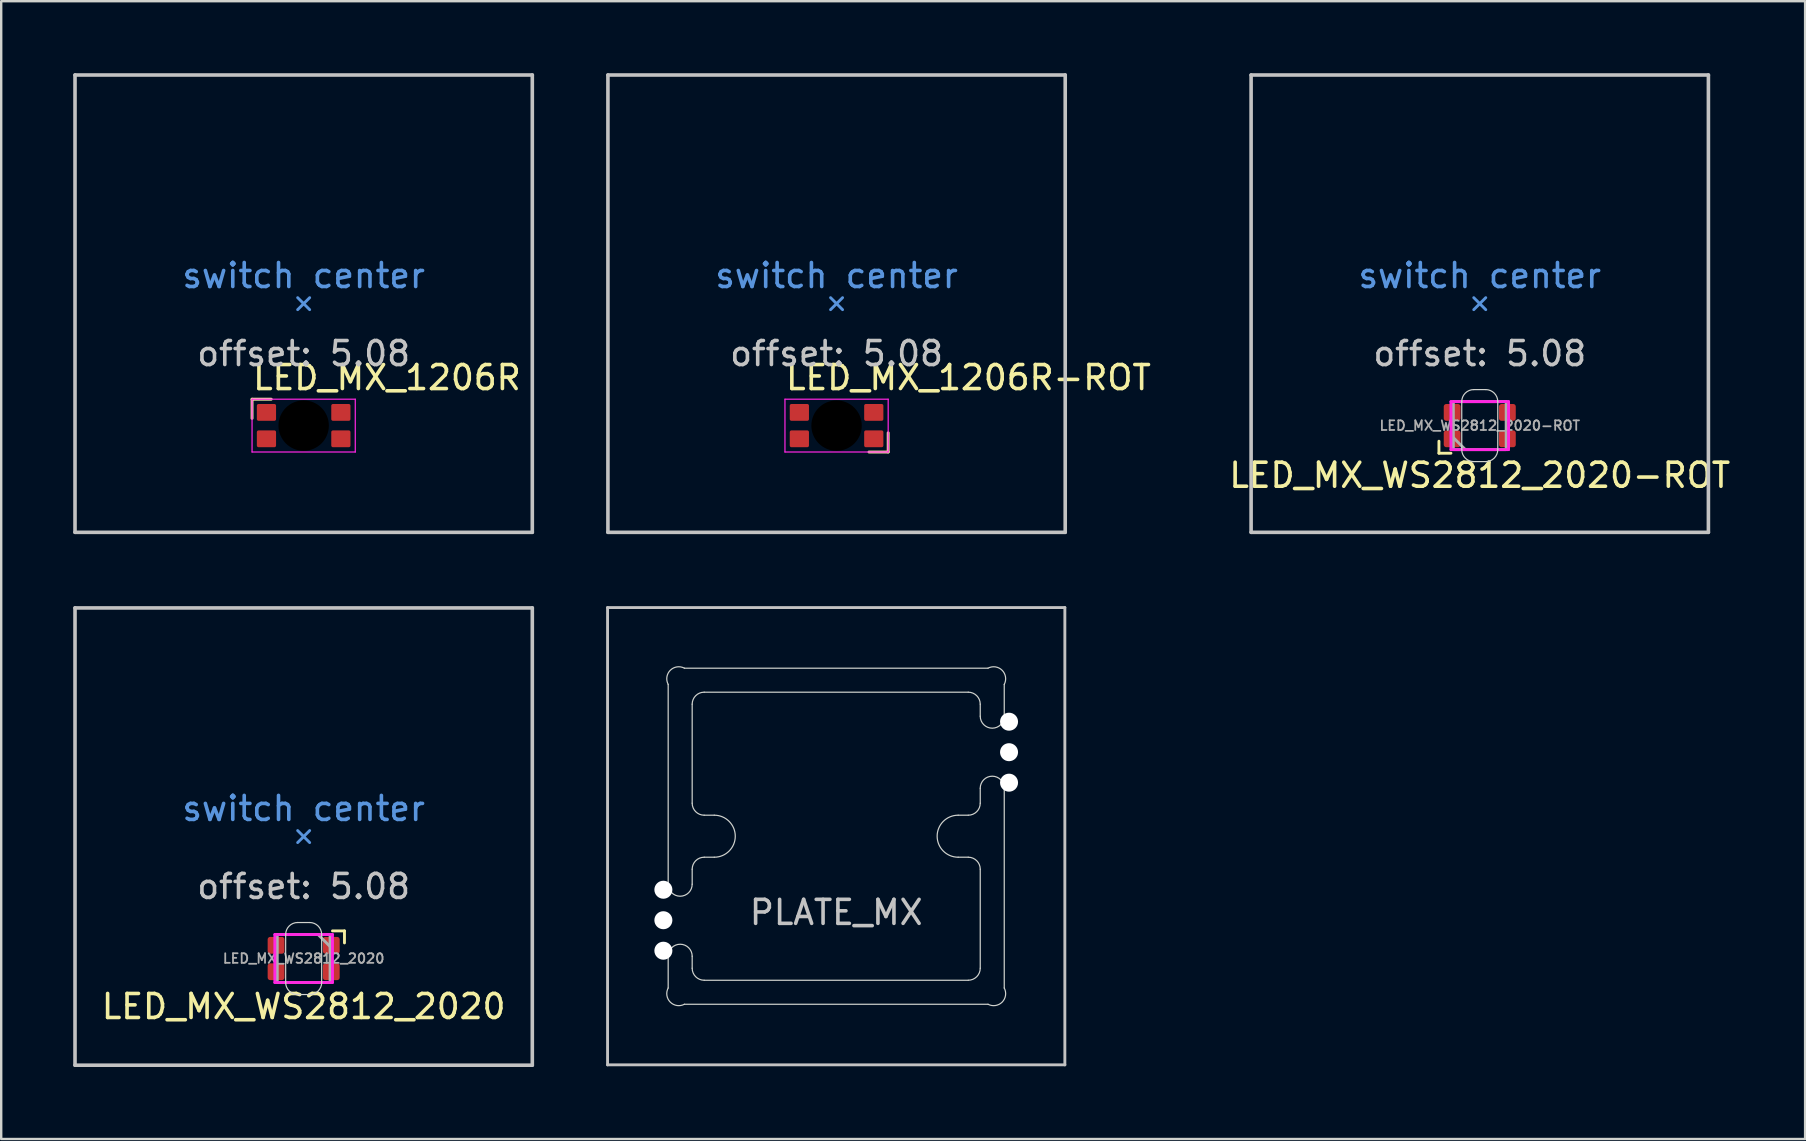
<source format=kicad_pcb>
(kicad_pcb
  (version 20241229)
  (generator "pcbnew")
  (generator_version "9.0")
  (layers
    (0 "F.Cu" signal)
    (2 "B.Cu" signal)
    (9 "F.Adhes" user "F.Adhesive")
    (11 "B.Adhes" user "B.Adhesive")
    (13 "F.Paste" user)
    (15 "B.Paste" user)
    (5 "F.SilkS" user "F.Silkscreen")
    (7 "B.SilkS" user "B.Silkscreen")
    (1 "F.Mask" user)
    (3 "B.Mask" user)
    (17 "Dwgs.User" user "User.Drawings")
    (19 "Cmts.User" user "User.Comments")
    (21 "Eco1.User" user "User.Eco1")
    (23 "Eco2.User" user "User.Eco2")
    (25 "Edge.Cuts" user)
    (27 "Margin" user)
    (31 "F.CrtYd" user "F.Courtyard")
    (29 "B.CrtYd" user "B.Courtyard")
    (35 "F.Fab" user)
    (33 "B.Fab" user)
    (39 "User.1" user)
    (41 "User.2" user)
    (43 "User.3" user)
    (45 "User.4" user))
  (footprint "PLATE_MX"
    (layer "F.Cu")
    (at 31.785 31.785)
    (property "Reference" "PLATE_MX" (at 0 3.175 0) (layer "Dwgs.User") (effects (font (size 1 1) (thickness 0.15))))
    (attr exclude_from_pos_files exclude_from_bom)
    (fp_line (start -9.525 -9.525) (end -9.525 9.525) (stroke (width 0.12) (type solid)) (layer "Dwgs.User"))
    (fp_line (start -9.525 9.525) (end 9.525 9.525) (stroke (width 0.12) (type solid)) (layer "Dwgs.User"))
    (fp_line (start 9.525 -9.525) (end -9.525 -9.525) (stroke (width 0.12) (type solid)) (layer "Dwgs.User"))
    (fp_line (start 9.525 9.525) (end 9.525 -9.525) (stroke (width 0.12) (type solid)) (layer "Dwgs.User"))
    (fp_line (start -7 6.324) (end -7 5) (stroke (width 0.05) (type solid)) (layer "Edge.Cuts"))
    (fp_line (start -7 2) (end -7 -6.324) (stroke (width 0.05) (type solid)) (layer "Edge.Cuts"))
    (fp_line (start -6.324 7) (end 6.324 7) (stroke (width 0.05) (type solid)) (layer "Edge.Cuts"))
    (fp_line (start -6 -5.5) (end -6 -1.375) (stroke (width 0.05) (type solid)) (layer "Edge.Cuts"))
    (fp_line (start -6 1.375) (end -6 2) (stroke (width 0.05) (type solid)) (layer "Edge.Cuts"))
    (fp_line (start -6 5) (end -6 5.5) (stroke (width 0.05) (type solid)) (layer "Edge.Cuts"))
    (fp_line (start -5.5 -6) (end 5.5 -6) (stroke (width 0.05) (type solid)) (layer "Edge.Cuts"))
    (fp_line (start -5.5 -0.875) (end -5.08 -0.875) (stroke (width 0.05) (type solid)) (layer "Edge.Cuts"))
    (fp_line (start -5.5 0.875) (end -5.08 0.875) (stroke (width 0.05) (type solid)) (layer "Edge.Cuts"))
    (fp_line (start 5.5 -0.875) (end 5.08 -0.875) (stroke (width 0.05) (type solid)) (layer "Edge.Cuts"))
    (fp_line (start 5.5 0.875) (end 5.08 0.875) (stroke (width 0.05) (type solid)) (layer "Edge.Cuts"))
    (fp_line (start 5.5 6) (end -5.5 6) (stroke (width 0.05) (type solid)) (layer "Edge.Cuts"))
    (fp_line (start 6 -5) (end 6 -5.5) (stroke (width 0.05) (type solid)) (layer "Edge.Cuts"))
    (fp_line (start 6 -2) (end 6 -1.375) (stroke (width 0.05) (type solid)) (layer "Edge.Cuts"))
    (fp_line (start 6 5.5) (end 6 1.375) (stroke (width 0.05) (type solid)) (layer "Edge.Cuts"))
    (fp_line (start 6.324 -7) (end -6.324 -7) (stroke (width 0.05) (type solid)) (layer "Edge.Cuts"))
    (fp_line (start 7 -5) (end 7 -6.324) (stroke (width 0.05) (type solid)) (layer "Edge.Cuts"))
    (fp_line (start 7 -2) (end 7 6.324) (stroke (width 0.05) (type solid)) (layer "Edge.Cuts"))
    (fp_arc (start -7.000133 -6.323896) (mid -6.912104 -6.912225) (end -6.323745 -7.000052) (stroke (width 0.05) (type solid)) (layer "Edge.Cuts"))
    (fp_arc (start -7 5) (mid -6.5 4.5) (end -6 5) (stroke (width 0.05) (type solid)) (layer "Edge.Cuts"))
    (fp_arc (start -6.323896 7.000133) (mid -6.912225 6.912104) (end -7.000052 6.323745) (stroke (width 0.05) (type solid)) (layer "Edge.Cuts"))
    (fp_arc (start -6 -5.5) (mid -5.853553 -5.853553) (end -5.5 -6) (stroke (width 0.05) (type solid)) (layer "Edge.Cuts"))
    (fp_arc (start -6 1.375) (mid -5.853553 1.021447) (end -5.5 0.875) (stroke (width 0.05) (type solid)) (layer "Edge.Cuts"))
    (fp_arc (start -6 2) (mid -6.5 2.5) (end -7 2) (stroke (width 0.05) (type solid)) (layer "Edge.Cuts"))
    (fp_arc (start -5.5 -0.875) (mid -5.853553 -1.021447) (end -6 -1.375) (stroke (width 0.05) (type solid)) (layer "Edge.Cuts"))
    (fp_arc (start -5.5 6) (mid -5.853553 5.853553) (end -6 5.5) (stroke (width 0.05) (type solid)) (layer "Edge.Cuts"))
    (fp_arc (start -5.08 -0.875) (mid -4.205 0) (end -5.08 0.875) (stroke (width 0.05) (type solid)) (layer "Edge.Cuts"))
    (fp_arc (start 5.08 0.875) (mid 4.205 0) (end 5.08 -0.875) (stroke (width 0.05) (type solid)) (layer "Edge.Cuts"))
    (fp_arc (start 5.5 -6) (mid 5.853553 -5.853553) (end 6 -5.5) (stroke (width 0.05) (type solid)) (layer "Edge.Cuts"))
    (fp_arc (start 5.5 0.875) (mid 5.853553 1.021447) (end 6 1.375) (stroke (width 0.05) (type solid)) (layer "Edge.Cuts"))
    (fp_arc (start 6 -2) (mid 6.5 -2.5) (end 7 -2) (stroke (width 0.05) (type solid)) (layer "Edge.Cuts"))
    (fp_arc (start 6 -1.375) (mid 5.853553 -1.021447) (end 5.5 -0.875) (stroke (width 0.05) (type solid)) (layer "Edge.Cuts"))
    (fp_arc (start 6 5.5) (mid 5.853553 5.853553) (end 5.5 6) (stroke (width 0.05) (type solid)) (layer "Edge.Cuts"))
    (fp_arc (start 6.323896 -7.000133) (mid 6.912225 -6.912104) (end 7.000052 -6.323745) (stroke (width 0.05) (type solid)) (layer "Edge.Cuts"))
    (fp_arc (start 7 -5) (mid 6.5 -4.5) (end 6 -5) (stroke (width 0.05) (type solid)) (layer "Edge.Cuts"))
    (fp_arc (start 7.000133 6.323896) (mid 6.912104 6.912225) (end 6.323745 7.000052) (stroke (width 0.05) (type solid)) (layer "Edge.Cuts"))
    (pad "" np_thru_hole circle (at -7.2 2.23) (size 0.75 0.75) (drill 0.75) (layers "*.Cu" "*.Mask"))
    (pad "" np_thru_hole circle (at -7.2 3.5) (size 0.75 0.75) (drill 0.75) (layers "*.Cu" "*.Mask"))
    (pad "" np_thru_hole circle (at -7.2 4.77) (size 0.75 0.75) (drill 0.75) (layers "*.Cu" "*.Mask"))
    (pad "" np_thru_hole circle (at 7.2 -4.77 180) (size 0.75 0.75) (drill 0.75) (layers "*.Cu" "*.Mask"))
    (pad "" np_thru_hole circle (at 7.2 -3.5 180) (size 0.75 0.75) (drill 0.75) (layers "*.Cu" "*.Mask"))
    (pad "" np_thru_hole circle (at 7.2 -2.23 180) (size 0.75 0.75) (drill 0.75) (layers "*.Cu" "*.Mask")))
  (footprint "LED_MX_WS2812_2020-ROT"
    (layer "F.Cu")
    (at 58.594 14.68)
    (property "Reference" "LED_MX_WS2812_2020-ROT" (at 0 2.07 0) (layer "F.SilkS") (effects (font (size 1 1) (thickness 0.15))))
    (attr smd exclude_from_pos_files exclude_from_bom)
    (fp_line (start -1.7 0.65) (end -1.7 1.15) (stroke (width 0.12) (type solid)) (layer "F.SilkS"))
    (fp_line (start -1.7 1.15) (end -1.2 1.15) (stroke (width 0.12) (type solid)) (layer "F.SilkS"))
    (fp_line (start -9.525 -14.605) (end 9.525 -14.605) (stroke (width 0.15) (type solid)) (layer "Dwgs.User"))
    (fp_line (start -9.525 4.445) (end -9.525 -14.605) (stroke (width 0.15) (type solid)) (layer "Dwgs.User"))
    (fp_line (start 9.525 -14.605) (end 9.525 4.445) (stroke (width 0.15) (type solid)) (layer "Dwgs.User"))
    (fp_line (start 9.525 4.445) (end -9.525 4.445) (stroke (width 0.15) (type solid)) (layer "Dwgs.User"))
    (fp_line (start -0.25 -4.83) (end 0 -5.08) (stroke (width 0.12) (type solid)) (layer "Cmts.User"))
    (fp_line (start 0 -5.08) (end -0.25 -5.33) (stroke (width 0.12) (type solid)) (layer "Cmts.User"))
    (fp_line (start 0 -5.08) (end 0.25 -5.33) (stroke (width 0.12) (type solid)) (layer "Cmts.User"))
    (fp_line (start 0.25 -4.83) (end 0 -5.08) (stroke (width 0.12) (type solid)) (layer "Cmts.User"))
    (fp_line (start -0.75 1) (end -0.75 -1) (stroke (width 0.05) (type solid)) (layer "Edge.Cuts"))
    (fp_line (start -0.25 1.5) (end 0.25 1.5) (stroke (width 0.05) (type solid)) (layer "Edge.Cuts"))
    (fp_line (start 0.25 -1.5) (end -0.25 -1.5) (stroke (width 0.05) (type solid)) (layer "Edge.Cuts"))
    (fp_line (start 0.75 -1) (end 0.75 1) (stroke (width 0.05) (type solid)) (layer "Edge.Cuts"))
    (fp_arc (start -0.75 -1) (mid -0.603554 -1.353553) (end -0.250001 -1.500001) (stroke (width 0.05) (type solid)) (layer "Edge.Cuts"))
    (fp_arc (start -0.250001 1.499999) (mid -0.603553 1.353552) (end -0.75 1) (stroke (width 0.05) (type solid)) (layer "Edge.Cuts"))
    (fp_arc (start 0.250001 -1.499999) (mid 0.603554 -1.353553) (end 0.75 -1) (stroke (width 0.05) (type solid)) (layer "Edge.Cuts"))
    (fp_arc (start 0.75 1) (mid 0.603554 1.353554) (end 0.250001 1.500001) (stroke (width 0.05) (type solid)) (layer "Edge.Cuts"))
    (fp_line (start -1.2 -1) (end -1.2 1) (stroke (width 0.12) (type solid)) (layer "F.CrtYd"))
    (fp_line (start -1.2 1) (end 1.2 1) (stroke (width 0.12) (type solid)) (layer "F.CrtYd"))
    (fp_line (start 1.2 -1) (end -1.2 -1) (stroke (width 0.12) (type solid)) (layer "F.CrtYd"))
    (fp_line (start 1.2 1) (end 1.2 -1) (stroke (width 0.12) (type solid)) (layer "F.CrtYd"))
    (fp_line (start -1.1 -1) (end -1.1 1) (stroke (width 0.12) (type solid)) (layer "F.Fab"))
    (fp_line (start -1.1 0.5) (end -0.6 1) (stroke (width 0.12) (type default)) (layer "F.Fab"))
    (fp_line (start -1.1 1) (end 1.1 1) (stroke (width 0.12) (type solid)) (layer "F.Fab"))
    (fp_line (start 1.1 -1) (end -1.1 -1) (stroke (width 0.12) (type solid)) (layer "F.Fab"))
    (fp_line (start 1.1 1) (end 1.1 -1) (stroke (width 0.12) (type solid)) (layer "F.Fab"))
    (fp_text user "offset: 5.08" (at 0 -3 0) (layer "Dwgs.User") (effects (font (size 1 1) (thickness 0.15))))
    (fp_text user "switch center" (at 0 -6.25 0) (layer "Cmts.User") (effects (font (size 1 1) (thickness 0.15))))
    (fp_text user "${REFERENCE}" (at 0 0 180) (layer "F.Fab") (effects (font (size 0.4 0.4) (thickness 0.075) (bold yes))))
    (pad "1" smd roundrect (at -1.15 0.55 180) (size 0.7 0.7) (layers "F.Cu" "F.Mask" "F.Paste") (roundrect_rratio 0.15))
    (pad "2" smd roundrect (at -1.15 -0.55 180) (size 0.7 0.7) (layers "F.Cu" "F.Mask" "F.Paste") (roundrect_rratio 0.15))
    (pad "3" smd roundrect (at 1.15 -0.55 180) (size 0.7 0.7) (layers "F.Cu" "F.Mask" "F.Paste") (roundrect_rratio 0.15))
    (pad "4" smd roundrect (at 1.15 0.55 180) (size 0.7 0.7) (layers "F.Cu" "F.Mask" "F.Paste") (roundrect_rratio 0.15)))
  (footprint "LED_MX_1206R-ROT"
    (layer "F.Cu")
    (at 31.8 14.68)
    (property "Reference" "LED_MX_1206R-ROT" (at -2.2 -2 0) (layer "F.SilkS") (effects (font (size 1 1) (thickness 0.15)) (justify left)))
    (attr smd)
    (fp_line (start 1.35 1.1) (end 2.15 1.1) (stroke (width 0.12) (type solid)) (layer "F.SilkS"))
    (fp_line (start 2.15 1.1) (end 2.15 0.3) (stroke (width 0.12) (type solid)) (layer "F.SilkS"))
    (fp_line (start -9.525 -14.605) (end -9.525 4.445) (stroke (width 0.15) (type solid)) (layer "Dwgs.User"))
    (fp_line (start -9.525 4.445) (end 9.525 4.445) (stroke (width 0.15) (type solid)) (layer "Dwgs.User"))
    (fp_line (start 9.525 -14.605) (end -9.525 -14.605) (stroke (width 0.15) (type solid)) (layer "Dwgs.User"))
    (fp_line (start 9.525 4.445) (end 9.525 -14.605) (stroke (width 0.15) (type solid)) (layer "Dwgs.User"))
    (fp_line (start -0.25 -4.83) (end 0 -5.08) (stroke (width 0.12) (type solid)) (layer "Cmts.User"))
    (fp_line (start 0 -5.08) (end -0.25 -5.33) (stroke (width 0.12) (type solid)) (layer "Cmts.User"))
    (fp_line (start 0 -5.08) (end 0.25 -5.33) (stroke (width 0.12) (type solid)) (layer "Cmts.User"))
    (fp_line (start 0.25 -4.83) (end 0 -5.08) (stroke (width 0.12) (type solid)) (layer "Cmts.User"))
    (fp_line (start -2.15 -1.1) (end 2.15 -1.1) (stroke (width 0.05) (type solid)) (layer "F.CrtYd"))
    (fp_line (start -2.15 1.1) (end -2.15 -1.1) (stroke (width 0.05) (type solid)) (layer "F.CrtYd"))
    (fp_line (start 2.15 -1.1) (end 2.15 1.1) (stroke (width 0.05) (type solid)) (layer "F.CrtYd"))
    (fp_line (start 2.15 1.1) (end -2.15 1.1) (stroke (width 0.05) (type solid)) (layer "F.CrtYd"))
    (fp_text user "offset: 5.08" (at 0 -3 0) (layer "Dwgs.User") (effects (font (size 1 1) (thickness 0.15))))
    (fp_text user "switch center" (at 0 -6.25 0) (layer "Cmts.User") (effects (font (size 1 1) (thickness 0.15))))
    (pad "" np_thru_hole circle (at 0 0 90) (size 2.1 2.1) (drill 2.1) (layers "*.Mask"))
    (pad "1" smd roundrect (at 1.55 0.55 90) (size 0.7 0.8) (layers "F.Cu" "F.Mask" "F.Paste") (roundrect_rratio 0.1))
    (pad "2" smd roundrect (at 1.55 -0.55 90) (size 0.7 0.8) (layers "F.Cu" "F.Mask" "F.Paste") (roundrect_rratio 0.1))
    (pad "3" smd roundrect (at -1.55 -0.55 90) (size 0.7 0.8) (layers "F.Cu" "F.Mask" "F.Paste") (roundrect_rratio 0.1))
    (pad "4" smd roundrect (at -1.55 0.55 90) (size 0.7 0.8) (layers "F.Cu" "F.Mask" "F.Paste") (roundrect_rratio 0.1)))
  (footprint "LED_MX_WS2812_2020"
    (layer "F.Cu")
    (at 9.6 36.88)
    (property "Reference" "LED_MX_WS2812_2020" (at 0 2 0) (layer "F.SilkS") (effects (font (size 1 1) (thickness 0.15))))
    (attr smd exclude_from_pos_files exclude_from_bom)
    (fp_line (start 1.7 -1.15) (end 1.2 -1.15) (stroke (width 0.12) (type solid)) (layer "F.SilkS"))
    (fp_line (start 1.7 -0.65) (end 1.7 -1.15) (stroke (width 0.12) (type solid)) (layer "F.SilkS"))
    (fp_line (start -9.525 -14.605) (end 9.525 -14.605) (stroke (width 0.15) (type solid)) (layer "Dwgs.User"))
    (fp_line (start -9.525 4.445) (end -9.525 -14.605) (stroke (width 0.15) (type solid)) (layer "Dwgs.User"))
    (fp_line (start 9.525 -14.605) (end 9.525 4.445) (stroke (width 0.15) (type solid)) (layer "Dwgs.User"))
    (fp_line (start 9.525 4.445) (end -9.525 4.445) (stroke (width 0.15) (type solid)) (layer "Dwgs.User"))
    (fp_line (start -0.25 -4.83) (end 0 -5.08) (stroke (width 0.12) (type solid)) (layer "Cmts.User"))
    (fp_line (start 0 -5.08) (end -0.25 -5.33) (stroke (width 0.12) (type solid)) (layer "Cmts.User"))
    (fp_line (start 0 -5.08) (end 0.25 -5.33) (stroke (width 0.12) (type solid)) (layer "Cmts.User"))
    (fp_line (start 0.25 -4.83) (end 0 -5.08) (stroke (width 0.12) (type solid)) (layer "Cmts.User"))
    (fp_line (start -0.75 1) (end -0.75 -1) (stroke (width 0.05) (type solid)) (layer "Edge.Cuts"))
    (fp_line (start -0.25 1.5) (end 0.25 1.5) (stroke (width 0.05) (type solid)) (layer "Edge.Cuts"))
    (fp_line (start 0.25 -1.5) (end -0.25 -1.5) (stroke (width 0.05) (type solid)) (layer "Edge.Cuts"))
    (fp_line (start 0.75 -1) (end 0.75 1) (stroke (width 0.05) (type solid)) (layer "Edge.Cuts"))
    (fp_arc (start -0.75 -1) (mid -0.603554 -1.353553) (end -0.250001 -1.500001) (stroke (width 0.05) (type solid)) (layer "Edge.Cuts"))
    (fp_arc (start -0.250001 1.499999) (mid -0.603553 1.353552) (end -0.75 1) (stroke (width 0.05) (type solid)) (layer "Edge.Cuts"))
    (fp_arc (start 0.250001 -1.499999) (mid 0.603554 -1.353553) (end 0.75 -1) (stroke (width 0.05) (type solid)) (layer "Edge.Cuts"))
    (fp_arc (start 0.75 1) (mid 0.603554 1.353554) (end 0.250001 1.500001) (stroke (width 0.05) (type solid)) (layer "Edge.Cuts"))
    (fp_line (start -1.2 -1) (end -1.2 1) (stroke (width 0.12) (type solid)) (layer "F.CrtYd"))
    (fp_line (start -1.2 1) (end 1.2 1) (stroke (width 0.12) (type solid)) (layer "F.CrtYd"))
    (fp_line (start 1.2 -1) (end -1.2 -1) (stroke (width 0.12) (type solid)) (layer "F.CrtYd"))
    (fp_line (start 1.2 1) (end 1.2 -1) (stroke (width 0.12) (type solid)) (layer "F.CrtYd"))
    (fp_line (start -1.1 -1) (end -1.1 1) (stroke (width 0.12) (type solid)) (layer "F.Fab"))
    (fp_line (start -1.1 1) (end 1.1 1) (stroke (width 0.12) (type solid)) (layer "F.Fab"))
    (fp_line (start 1.1 -1) (end -1.1 -1) (stroke (width 0.12) (type solid)) (layer "F.Fab"))
    (fp_line (start 1.1 -0.5) (end 0.6 -1) (stroke (width 0.12) (type default)) (layer "F.Fab"))
    (fp_line (start 1.1 1) (end 1.1 -1) (stroke (width 0.12) (type solid)) (layer "F.Fab"))
    (fp_text user "offset: 5.08" (at 0 -3 0) (layer "Dwgs.User") (effects (font (size 1 1) (thickness 0.15))))
    (fp_text user "switch center" (at 0 -6.25 0) (layer "Cmts.User") (effects (font (size 1 1) (thickness 0.15))))
    (fp_text user "${REFERENCE}" (at 0 0 0) (layer "F.Fab") (effects (font (size 0.4 0.4) (thickness 0.075) (bold yes))))
    (pad "1" smd roundrect (at 1.15 -0.55) (size 0.7 0.7) (layers "F.Cu" "F.Mask" "F.Paste") (roundrect_rratio 0.15))
    (pad "2" smd roundrect (at 1.15 0.55) (size 0.7 0.7) (layers "F.Cu" "F.Mask" "F.Paste") (roundrect_rratio 0.15))
    (pad "3" smd roundrect (at -1.15 0.55) (size 0.7 0.7) (layers "F.Cu" "F.Mask" "F.Paste") (roundrect_rratio 0.15))
    (pad "4" smd roundrect (at -1.15 -0.55) (size 0.7 0.7) (layers "F.Cu" "F.Mask" "F.Paste") (roundrect_rratio 0.15)))
  (footprint "LED_MX_1206R"
    (layer "F.Cu")
    (at 9.6 14.68)
    (property "Reference" "LED_MX_1206R" (at -2.2 -2 0) (layer "F.SilkS") (effects (font (size 1 1) (thickness 0.15)) (justify left)))
    (attr smd)
    (fp_line (start -2.15 -1.1) (end -2.15 -0.3) (stroke (width 0.12) (type solid)) (layer "F.SilkS"))
    (fp_line (start -1.35 -1.1) (end -2.15 -1.1) (stroke (width 0.12) (type solid)) (layer "F.SilkS"))
    (fp_line (start -9.525 -14.605) (end -9.525 4.445) (stroke (width 0.15) (type solid)) (layer "Dwgs.User"))
    (fp_line (start -9.525 4.445) (end 9.525 4.445) (stroke (width 0.15) (type solid)) (layer "Dwgs.User"))
    (fp_line (start 9.525 -14.605) (end -9.525 -14.605) (stroke (width 0.15) (type solid)) (layer "Dwgs.User"))
    (fp_line (start 9.525 4.445) (end 9.525 -14.605) (stroke (width 0.15) (type solid)) (layer "Dwgs.User"))
    (fp_line (start -0.25 -4.83) (end 0 -5.08) (stroke (width 0.12) (type solid)) (layer "Cmts.User"))
    (fp_line (start 0 -5.08) (end -0.25 -5.33) (stroke (width 0.12) (type solid)) (layer "Cmts.User"))
    (fp_line (start 0 -5.08) (end 0.25 -5.33) (stroke (width 0.12) (type solid)) (layer "Cmts.User"))
    (fp_line (start 0.25 -4.83) (end 0 -5.08) (stroke (width 0.12) (type solid)) (layer "Cmts.User"))
    (fp_line (start -2.15 -1.1) (end 2.15 -1.1) (stroke (width 0.05) (type solid)) (layer "F.CrtYd"))
    (fp_line (start -2.15 1.1) (end -2.15 -1.1) (stroke (width 0.05) (type solid)) (layer "F.CrtYd"))
    (fp_line (start 2.15 -1.1) (end 2.15 1.1) (stroke (width 0.05) (type solid)) (layer "F.CrtYd"))
    (fp_line (start 2.15 1.1) (end -2.15 1.1) (stroke (width 0.05) (type solid)) (layer "F.CrtYd"))
    (fp_text user "offset: 5.08" (at 0 -3 0) (layer "Dwgs.User") (effects (font (size 1 1) (thickness 0.15))))
    (fp_text user "switch center" (at 0 -6.25 0) (layer "Cmts.User") (effects (font (size 1 1) (thickness 0.15))))
    (pad "" np_thru_hole circle (at 0 0 270) (size 2.1 2.1) (drill 2.1) (layers "*.Mask"))
    (pad "1" smd roundrect (at -1.55 -0.55 270) (size 0.7 0.8) (layers "F.Cu" "F.Mask" "F.Paste") (roundrect_rratio 0.1))
    (pad "2" smd roundrect (at -1.55 0.55 270) (size 0.7 0.8) (layers "F.Cu" "F.Mask" "F.Paste") (roundrect_rratio 0.1))
    (pad "3" smd roundrect (at 1.55 0.55 270) (size 0.7 0.8) (layers "F.Cu" "F.Mask" "F.Paste") (roundrect_rratio 0.1))
    (pad "4" smd roundrect (at 1.55 -0.55 270) (size 0.7 0.8) (layers "F.Cu" "F.Mask" "F.Paste") (roundrect_rratio 0.1)))
  (gr_rect
    (start -3 -3)
    (end 72.148 44.4)
    (stroke (width 0.1) (type default))
    (fill no)
    (layer "Edge.Cuts")))
</source>
